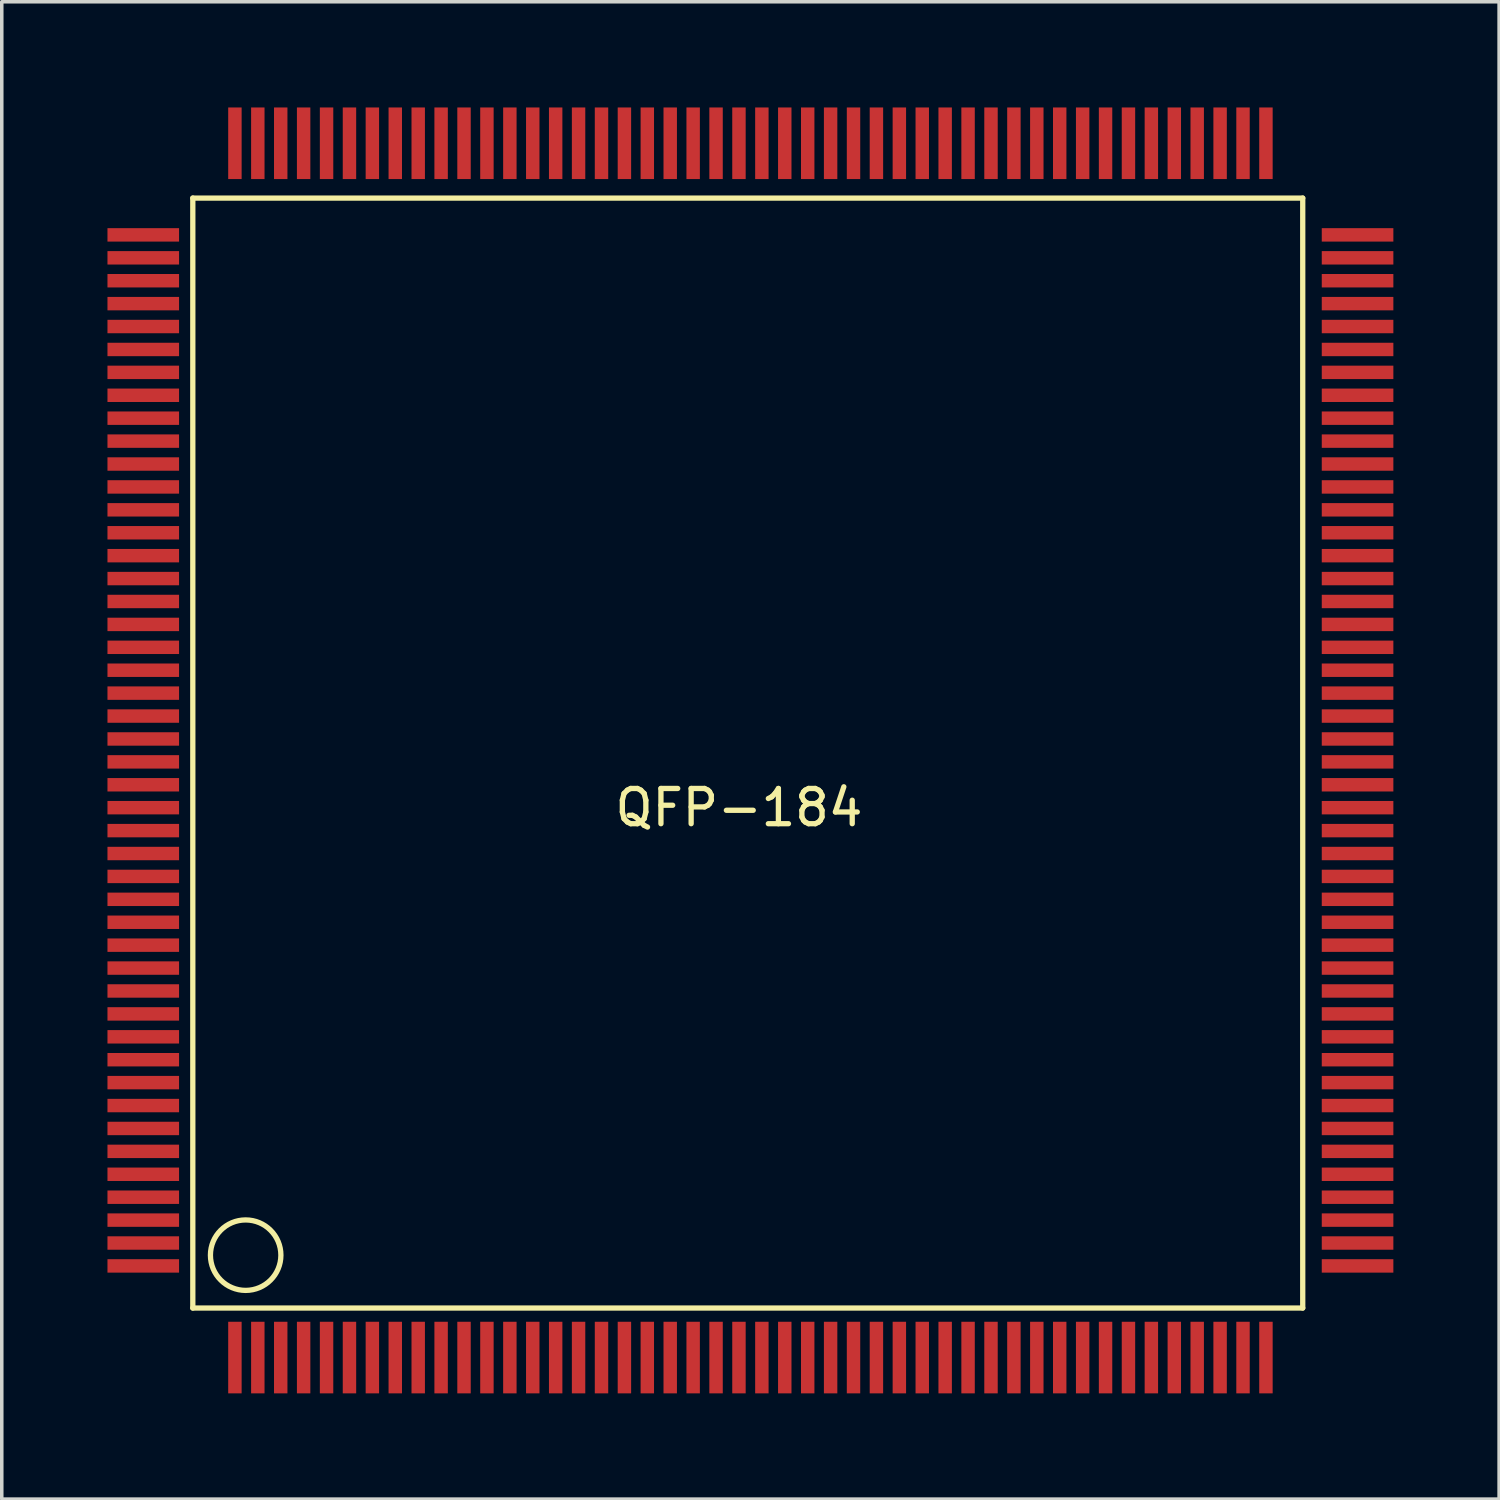
<source format=kicad_pcb>
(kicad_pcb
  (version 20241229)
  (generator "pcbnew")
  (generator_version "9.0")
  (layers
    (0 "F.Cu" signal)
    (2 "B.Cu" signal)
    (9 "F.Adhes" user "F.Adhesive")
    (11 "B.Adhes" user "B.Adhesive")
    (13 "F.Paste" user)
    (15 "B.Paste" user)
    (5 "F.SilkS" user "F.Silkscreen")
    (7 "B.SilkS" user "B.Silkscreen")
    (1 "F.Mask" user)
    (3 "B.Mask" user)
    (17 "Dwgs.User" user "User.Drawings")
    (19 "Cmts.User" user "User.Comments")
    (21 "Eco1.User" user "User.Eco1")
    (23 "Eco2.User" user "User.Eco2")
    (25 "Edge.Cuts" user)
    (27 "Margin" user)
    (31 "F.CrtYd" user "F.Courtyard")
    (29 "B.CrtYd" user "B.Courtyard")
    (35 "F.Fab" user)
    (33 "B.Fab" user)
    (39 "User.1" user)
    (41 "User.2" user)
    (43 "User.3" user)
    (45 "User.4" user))
  (footprint "QFP-184"
    (layer "F.Cu")
    (at 17.922 18.572)
    (property "Reference" "QFP-184" (at 0 1.3 0) (layer "F.SilkS") (effects (font (size 1 1) (thickness 0.15))))
    (attr through_hole)
    (fp_line (start -15.5 -16) (end -15.5 15.5) (stroke (width 0.15) (type solid)) (layer "F.SilkS"))
    (fp_line (start -15.5 15.5) (end 16 15.5) (stroke (width 0.15) (type solid)) (layer "F.SilkS"))
    (fp_line (start 16 -16) (end -15.5 -16) (stroke (width 0.15) (type solid)) (layer "F.SilkS"))
    (fp_line (start 16 15.5) (end 16 -16) (stroke (width 0.15) (type solid)) (layer "F.SilkS"))
    (fp_circle (center -14 14) (end -14 13) (stroke (width 0.15) (type solid)) (fill no) (layer "F.SilkS"))
    (pad "1" smd rect (at -14.305 16.906) (size 0.381 2.032) (layers "F.Cu" "F.Mask" "F.Paste"))
    (pad "2" smd rect (at -13.655 16.906) (size 0.381 2.032) (layers "F.Cu" "F.Mask" "F.Paste"))
    (pad "3" smd rect (at -13.005 16.906) (size 0.381 2.032) (layers "F.Cu" "F.Mask" "F.Paste"))
    (pad "4" smd rect (at -12.355 16.906) (size 0.381 2.032) (layers "F.Cu" "F.Mask" "F.Paste"))
    (pad "5" smd rect (at -11.704 16.906) (size 0.381 2.032) (layers "F.Cu" "F.Mask" "F.Paste"))
    (pad "6" smd rect (at -11.054 16.906) (size 0.381 2.032) (layers "F.Cu" "F.Mask" "F.Paste"))
    (pad "7" smd rect (at -10.404 16.906) (size 0.381 2.032) (layers "F.Cu" "F.Mask" "F.Paste"))
    (pad "8" smd rect (at -9.754 16.906) (size 0.381 2.032) (layers "F.Cu" "F.Mask" "F.Paste"))
    (pad "9" smd rect (at -9.103 16.906) (size 0.381 2.032) (layers "F.Cu" "F.Mask" "F.Paste"))
    (pad "10" smd rect (at -8.453 16.906) (size 0.381 2.032) (layers "F.Cu" "F.Mask" "F.Paste"))
    (pad "11" smd rect (at -7.803 16.906) (size 0.381 2.032) (layers "F.Cu" "F.Mask" "F.Paste"))
    (pad "12" smd rect (at -7.153 16.906) (size 0.381 2.032) (layers "F.Cu" "F.Mask" "F.Paste"))
    (pad "13" smd rect (at -6.502 16.906) (size 0.381 2.032) (layers "F.Cu" "F.Mask" "F.Paste"))
    (pad "14" smd rect (at -5.852 16.906) (size 0.381 2.032) (layers "F.Cu" "F.Mask" "F.Paste"))
    (pad "15" smd rect (at -5.202 16.906) (size 0.381 2.032) (layers "F.Cu" "F.Mask" "F.Paste"))
    (pad "16" smd rect (at -4.552 16.906) (size 0.381 2.032) (layers "F.Cu" "F.Mask" "F.Paste"))
    (pad "17" smd rect (at -3.901 16.906) (size 0.381 2.032) (layers "F.Cu" "F.Mask" "F.Paste"))
    (pad "18" smd rect (at -3.251 16.906) (size 0.381 2.032) (layers "F.Cu" "F.Mask" "F.Paste"))
    (pad "19" smd rect (at -2.601 16.906) (size 0.381 2.032) (layers "F.Cu" "F.Mask" "F.Paste"))
    (pad "20" smd rect (at -1.951 16.906) (size 0.381 2.032) (layers "F.Cu" "F.Mask" "F.Paste"))
    (pad "21" smd rect (at -1.3 16.906) (size 0.381 2.032) (layers "F.Cu" "F.Mask" "F.Paste"))
    (pad "22" smd rect (at -0.65 16.906) (size 0.381 2.032) (layers "F.Cu" "F.Mask" "F.Paste"))
    (pad "23" smd rect (at 0 16.906) (size 0.381 2.032) (layers "F.Cu" "F.Mask" "F.Paste"))
    (pad "24" smd rect (at 0.65 16.906) (size 0.381 2.032) (layers "F.Cu" "F.Mask" "F.Paste"))
    (pad "25" smd rect (at 1.3 16.906) (size 0.381 2.032) (layers "F.Cu" "F.Mask" "F.Paste"))
    (pad "26" smd rect (at 1.951 16.906) (size 0.381 2.032) (layers "F.Cu" "F.Mask" "F.Paste"))
    (pad "27" smd rect (at 2.601 16.906) (size 0.381 2.032) (layers "F.Cu" "F.Mask" "F.Paste"))
    (pad "28" smd rect (at 3.251 16.906) (size 0.381 2.032) (layers "F.Cu" "F.Mask" "F.Paste"))
    (pad "29" smd rect (at 3.901 16.906) (size 0.381 2.032) (layers "F.Cu" "F.Mask" "F.Paste"))
    (pad "30" smd rect (at 4.552 16.906) (size 0.381 2.032) (layers "F.Cu" "F.Mask" "F.Paste"))
    (pad "31" smd rect (at 5.202 16.906) (size 0.381 2.032) (layers "F.Cu" "F.Mask" "F.Paste"))
    (pad "32" smd rect (at 5.852 16.906) (size 0.381 2.032) (layers "F.Cu" "F.Mask" "F.Paste"))
    (pad "33" smd rect (at 6.502 16.906) (size 0.381 2.032) (layers "F.Cu" "F.Mask" "F.Paste"))
    (pad "34" smd rect (at 7.153 16.906) (size 0.381 2.032) (layers "F.Cu" "F.Mask" "F.Paste"))
    (pad "35" smd rect (at 7.803 16.906) (size 0.381 2.032) (layers "F.Cu" "F.Mask" "F.Paste"))
    (pad "36" smd rect (at 8.453 16.906) (size 0.381 2.032) (layers "F.Cu" "F.Mask" "F.Paste"))
    (pad "37" smd rect (at 9.103 16.906) (size 0.381 2.032) (layers "F.Cu" "F.Mask" "F.Paste"))
    (pad "38" smd rect (at 9.754 16.906) (size 0.381 2.032) (layers "F.Cu" "F.Mask" "F.Paste"))
    (pad "39" smd rect (at 10.404 16.906) (size 0.381 2.032) (layers "F.Cu" "F.Mask" "F.Paste"))
    (pad "40" smd rect (at 11.054 16.906) (size 0.381 2.032) (layers "F.Cu" "F.Mask" "F.Paste"))
    (pad "41" smd rect (at 11.704 16.906) (size 0.381 2.032) (layers "F.Cu" "F.Mask" "F.Paste"))
    (pad "42" smd rect (at 12.355 16.906) (size 0.381 2.032) (layers "F.Cu" "F.Mask" "F.Paste"))
    (pad "43" smd rect (at 13.005 16.906) (size 0.381 2.032) (layers "F.Cu" "F.Mask" "F.Paste"))
    (pad "44" smd rect (at 13.655 16.906) (size 0.381 2.032) (layers "F.Cu" "F.Mask" "F.Paste"))
    (pad "45" smd rect (at 14.305 16.906) (size 0.381 2.032) (layers "F.Cu" "F.Mask" "F.Paste"))
    (pad "46" smd rect (at 14.956 16.906) (size 0.381 2.032) (layers "F.Cu" "F.Mask" "F.Paste"))
    (pad "47" smd rect (at 17.556 14.305 90) (size 0.381 2.032) (layers "F.Cu" "F.Mask" "F.Paste"))
    (pad "48" smd rect (at 17.556 13.655 90) (size 0.381 2.032) (layers "F.Cu" "F.Mask" "F.Paste"))
    (pad "49" smd rect (at 17.556 13.005 90) (size 0.381 2.032) (layers "F.Cu" "F.Mask" "F.Paste"))
    (pad "50" smd rect (at 17.556 12.355 90) (size 0.381 2.032) (layers "F.Cu" "F.Mask" "F.Paste"))
    (pad "51" smd rect (at 17.556 11.704 90) (size 0.381 2.032) (layers "F.Cu" "F.Mask" "F.Paste"))
    (pad "52" smd rect (at 17.556 11.054 90) (size 0.381 2.032) (layers "F.Cu" "F.Mask" "F.Paste"))
    (pad "53" smd rect (at 17.556 10.404 90) (size 0.381 2.032) (layers "F.Cu" "F.Mask" "F.Paste"))
    (pad "54" smd rect (at 17.556 9.754 90) (size 0.381 2.032) (layers "F.Cu" "F.Mask" "F.Paste"))
    (pad "55" smd rect (at 17.556 9.103 90) (size 0.381 2.032) (layers "F.Cu" "F.Mask" "F.Paste"))
    (pad "56" smd rect (at 17.556 8.453 90) (size 0.381 2.032) (layers "F.Cu" "F.Mask" "F.Paste"))
    (pad "57" smd rect (at 17.556 7.803 90) (size 0.381 2.032) (layers "F.Cu" "F.Mask" "F.Paste"))
    (pad "58" smd rect (at 17.556 7.153 90) (size 0.381 2.032) (layers "F.Cu" "F.Mask" "F.Paste"))
    (pad "59" smd rect (at 17.556 6.502 90) (size 0.381 2.032) (layers "F.Cu" "F.Mask" "F.Paste"))
    (pad "60" smd rect (at 17.556 5.852 90) (size 0.381 2.032) (layers "F.Cu" "F.Mask" "F.Paste"))
    (pad "61" smd rect (at 17.556 5.202 90) (size 0.381 2.032) (layers "F.Cu" "F.Mask" "F.Paste"))
    (pad "62" smd rect (at 17.556 4.552 90) (size 0.381 2.032) (layers "F.Cu" "F.Mask" "F.Paste"))
    (pad "63" smd rect (at 17.556 3.901 90) (size 0.381 2.032) (layers "F.Cu" "F.Mask" "F.Paste"))
    (pad "64" smd rect (at 17.556 3.251 90) (size 0.381 2.032) (layers "F.Cu" "F.Mask" "F.Paste"))
    (pad "65" smd rect (at 17.556 2.601 90) (size 0.381 2.032) (layers "F.Cu" "F.Mask" "F.Paste"))
    (pad "66" smd rect (at 17.556 1.951 90) (size 0.381 2.032) (layers "F.Cu" "F.Mask" "F.Paste"))
    (pad "67" smd rect (at 17.556 1.3 90) (size 0.381 2.032) (layers "F.Cu" "F.Mask" "F.Paste"))
    (pad "68" smd rect (at 17.556 0.65 90) (size 0.381 2.032) (layers "F.Cu" "F.Mask" "F.Paste"))
    (pad "69" smd rect (at 17.556 0 90) (size 0.381 2.032) (layers "F.Cu" "F.Mask" "F.Paste"))
    (pad "70" smd rect (at 17.556 -0.65 90) (size 0.381 2.032) (layers "F.Cu" "F.Mask" "F.Paste"))
    (pad "71" smd rect (at 17.556 -1.3 90) (size 0.381 2.032) (layers "F.Cu" "F.Mask" "F.Paste"))
    (pad "72" smd rect (at 17.556 -1.951 90) (size 0.381 2.032) (layers "F.Cu" "F.Mask" "F.Paste"))
    (pad "73" smd rect (at 17.556 -2.601 90) (size 0.381 2.032) (layers "F.Cu" "F.Mask" "F.Paste"))
    (pad "74" smd rect (at 17.556 -3.251 90) (size 0.381 2.032) (layers "F.Cu" "F.Mask" "F.Paste"))
    (pad "75" smd rect (at 17.556 -3.901 90) (size 0.381 2.032) (layers "F.Cu" "F.Mask" "F.Paste"))
    (pad "76" smd rect (at 17.556 -4.552 90) (size 0.381 2.032) (layers "F.Cu" "F.Mask" "F.Paste"))
    (pad "77" smd rect (at 17.556 -5.202 90) (size 0.381 2.032) (layers "F.Cu" "F.Mask" "F.Paste"))
    (pad "78" smd rect (at 17.556 -5.852 90) (size 0.381 2.032) (layers "F.Cu" "F.Mask" "F.Paste"))
    (pad "79" smd rect (at 17.556 -6.502 90) (size 0.381 2.032) (layers "F.Cu" "F.Mask" "F.Paste"))
    (pad "80" smd rect (at 17.556 -7.153 90) (size 0.381 2.032) (layers "F.Cu" "F.Mask" "F.Paste"))
    (pad "81" smd rect (at 17.556 -7.803 90) (size 0.381 2.032) (layers "F.Cu" "F.Mask" "F.Paste"))
    (pad "82" smd rect (at 17.556 -8.453 90) (size 0.381 2.032) (layers "F.Cu" "F.Mask" "F.Paste"))
    (pad "83" smd rect (at 17.556 -9.103 90) (size 0.381 2.032) (layers "F.Cu" "F.Mask" "F.Paste"))
    (pad "84" smd rect (at 17.556 -9.754 90) (size 0.381 2.032) (layers "F.Cu" "F.Mask" "F.Paste"))
    (pad "85" smd rect (at 17.556 -10.404 90) (size 0.381 2.032) (layers "F.Cu" "F.Mask" "F.Paste"))
    (pad "86" smd rect (at 17.556 -11.054 90) (size 0.381 2.032) (layers "F.Cu" "F.Mask" "F.Paste"))
    (pad "87" smd rect (at 17.556 -11.704 90) (size 0.381 2.032) (layers "F.Cu" "F.Mask" "F.Paste"))
    (pad "88" smd rect (at 17.556 -12.355 90) (size 0.381 2.032) (layers "F.Cu" "F.Mask" "F.Paste"))
    (pad "89" smd rect (at 17.556 -13.005 90) (size 0.381 2.032) (layers "F.Cu" "F.Mask" "F.Paste"))
    (pad "90" smd rect (at 17.556 -13.655 90) (size 0.381 2.032) (layers "F.Cu" "F.Mask" "F.Paste"))
    (pad "91" smd rect (at 17.556 -14.305 90) (size 0.381 2.032) (layers "F.Cu" "F.Mask" "F.Paste"))
    (pad "92" smd rect (at 17.556 -14.956 90) (size 0.381 2.032) (layers "F.Cu" "F.Mask" "F.Paste"))
    (pad "93" smd rect (at 14.956 -17.556) (size 0.381 2.032) (layers "F.Cu" "F.Mask" "F.Paste"))
    (pad "94" smd rect (at 14.305 -17.556) (size 0.381 2.032) (layers "F.Cu" "F.Mask" "F.Paste"))
    (pad "95" smd rect (at 13.655 -17.556) (size 0.381 2.032) (layers "F.Cu" "F.Mask" "F.Paste"))
    (pad "96" smd rect (at 13.005 -17.556) (size 0.381 2.032) (layers "F.Cu" "F.Mask" "F.Paste"))
    (pad "97" smd rect (at 12.355 -17.556) (size 0.381 2.032) (layers "F.Cu" "F.Mask" "F.Paste"))
    (pad "98" smd rect (at 11.704 -17.556) (size 0.381 2.032) (layers "F.Cu" "F.Mask" "F.Paste"))
    (pad "99" smd rect (at 11.054 -17.556) (size 0.381 2.032) (layers "F.Cu" "F.Mask" "F.Paste"))
    (pad "100" smd rect (at 10.404 -17.556) (size 0.381 2.032) (layers "F.Cu" "F.Mask" "F.Paste"))
    (pad "101" smd rect (at 9.754 -17.556) (size 0.381 2.032) (layers "F.Cu" "F.Mask" "F.Paste"))
    (pad "102" smd rect (at 9.103 -17.556) (size 0.381 2.032) (layers "F.Cu" "F.Mask" "F.Paste"))
    (pad "103" smd rect (at 8.453 -17.556) (size 0.381 2.032) (layers "F.Cu" "F.Mask" "F.Paste"))
    (pad "104" smd rect (at 7.803 -17.556) (size 0.381 2.032) (layers "F.Cu" "F.Mask" "F.Paste"))
    (pad "105" smd rect (at 7.153 -17.556) (size 0.381 2.032) (layers "F.Cu" "F.Mask" "F.Paste"))
    (pad "106" smd rect (at 6.502 -17.556) (size 0.381 2.032) (layers "F.Cu" "F.Mask" "F.Paste"))
    (pad "107" smd rect (at 5.852 -17.556) (size 0.381 2.032) (layers "F.Cu" "F.Mask" "F.Paste"))
    (pad "108" smd rect (at 5.202 -17.556) (size 0.381 2.032) (layers "F.Cu" "F.Mask" "F.Paste"))
    (pad "109" smd rect (at 4.552 -17.556) (size 0.381 2.032) (layers "F.Cu" "F.Mask" "F.Paste"))
    (pad "110" smd rect (at 3.901 -17.556) (size 0.381 2.032) (layers "F.Cu" "F.Mask" "F.Paste"))
    (pad "111" smd rect (at 3.251 -17.556) (size 0.381 2.032) (layers "F.Cu" "F.Mask" "F.Paste"))
    (pad "112" smd rect (at 2.601 -17.556) (size 0.381 2.032) (layers "F.Cu" "F.Mask" "F.Paste"))
    (pad "113" smd rect (at 1.951 -17.556) (size 0.381 2.032) (layers "F.Cu" "F.Mask" "F.Paste"))
    (pad "114" smd rect (at 1.3 -17.556) (size 0.381 2.032) (layers "F.Cu" "F.Mask" "F.Paste"))
    (pad "115" smd rect (at 0.65 -17.556) (size 0.381 2.032) (layers "F.Cu" "F.Mask" "F.Paste"))
    (pad "116" smd rect (at 0 -17.556) (size 0.381 2.032) (layers "F.Cu" "F.Mask" "F.Paste"))
    (pad "117" smd rect (at -0.65 -17.556) (size 0.381 2.032) (layers "F.Cu" "F.Mask" "F.Paste"))
    (pad "118" smd rect (at -1.3 -17.556) (size 0.381 2.032) (layers "F.Cu" "F.Mask" "F.Paste"))
    (pad "119" smd rect (at -1.951 -17.556) (size 0.381 2.032) (layers "F.Cu" "F.Mask" "F.Paste"))
    (pad "120" smd rect (at -2.601 -17.556) (size 0.381 2.032) (layers "F.Cu" "F.Mask" "F.Paste"))
    (pad "121" smd rect (at -3.251 -17.556) (size 0.381 2.032) (layers "F.Cu" "F.Mask" "F.Paste"))
    (pad "122" smd rect (at -3.901 -17.556) (size 0.381 2.032) (layers "F.Cu" "F.Mask" "F.Paste"))
    (pad "123" smd rect (at -4.552 -17.556) (size 0.381 2.032) (layers "F.Cu" "F.Mask" "F.Paste"))
    (pad "124" smd rect (at -5.202 -17.556) (size 0.381 2.032) (layers "F.Cu" "F.Mask" "F.Paste"))
    (pad "125" smd rect (at -5.852 -17.556) (size 0.381 2.032) (layers "F.Cu" "F.Mask" "F.Paste"))
    (pad "126" smd rect (at -6.502 -17.556) (size 0.381 2.032) (layers "F.Cu" "F.Mask" "F.Paste"))
    (pad "127" smd rect (at -7.153 -17.556) (size 0.381 2.032) (layers "F.Cu" "F.Mask" "F.Paste"))
    (pad "128" smd rect (at -7.803 -17.556) (size 0.381 2.032) (layers "F.Cu" "F.Mask" "F.Paste"))
    (pad "129" smd rect (at -8.453 -17.556) (size 0.381 2.032) (layers "F.Cu" "F.Mask" "F.Paste"))
    (pad "130" smd rect (at -9.103 -17.556) (size 0.381 2.032) (layers "F.Cu" "F.Mask" "F.Paste"))
    (pad "131" smd rect (at -9.754 -17.556) (size 0.381 2.032) (layers "F.Cu" "F.Mask" "F.Paste"))
    (pad "132" smd rect (at -10.404 -17.556) (size 0.381 2.032) (layers "F.Cu" "F.Mask" "F.Paste"))
    (pad "133" smd rect (at -11.054 -17.556) (size 0.381 2.032) (layers "F.Cu" "F.Mask" "F.Paste"))
    (pad "134" smd rect (at -11.704 -17.556) (size 0.381 2.032) (layers "F.Cu" "F.Mask" "F.Paste"))
    (pad "135" smd rect (at -12.355 -17.556) (size 0.381 2.032) (layers "F.Cu" "F.Mask" "F.Paste"))
    (pad "136" smd rect (at -13.005 -17.556) (size 0.381 2.032) (layers "F.Cu" "F.Mask" "F.Paste"))
    (pad "137" smd rect (at -13.655 -17.556) (size 0.381 2.032) (layers "F.Cu" "F.Mask" "F.Paste"))
    (pad "138" smd rect (at -14.305 -17.556) (size 0.381 2.032) (layers "F.Cu" "F.Mask" "F.Paste"))
    (pad "139" smd rect (at -16.906 -14.956 90) (size 0.381 2.032) (layers "F.Cu" "F.Mask" "F.Paste"))
    (pad "140" smd rect (at -16.906 -14.305 90) (size 0.381 2.032) (layers "F.Cu" "F.Mask" "F.Paste"))
    (pad "141" smd rect (at -16.906 -13.655 90) (size 0.381 2.032) (layers "F.Cu" "F.Mask" "F.Paste"))
    (pad "142" smd rect (at -16.906 -13.005 90) (size 0.381 2.032) (layers "F.Cu" "F.Mask" "F.Paste"))
    (pad "143" smd rect (at -16.906 -12.355 90) (size 0.381 2.032) (layers "F.Cu" "F.Mask" "F.Paste"))
    (pad "144" smd rect (at -16.906 -11.704 90) (size 0.381 2.032) (layers "F.Cu" "F.Mask" "F.Paste"))
    (pad "145" smd rect (at -16.906 -11.054 90) (size 0.381 2.032) (layers "F.Cu" "F.Mask" "F.Paste"))
    (pad "146" smd rect (at -16.906 -10.404 90) (size 0.381 2.032) (layers "F.Cu" "F.Mask" "F.Paste"))
    (pad "147" smd rect (at -16.906 -9.754 90) (size 0.381 2.032) (layers "F.Cu" "F.Mask" "F.Paste"))
    (pad "148" smd rect (at -16.906 -9.103 90) (size 0.381 2.032) (layers "F.Cu" "F.Mask" "F.Paste"))
    (pad "149" smd rect (at -16.906 -8.453 90) (size 0.381 2.032) (layers "F.Cu" "F.Mask" "F.Paste"))
    (pad "150" smd rect (at -16.906 -7.803 90) (size 0.381 2.032) (layers "F.Cu" "F.Mask" "F.Paste"))
    (pad "151" smd rect (at -16.906 -7.153 90) (size 0.381 2.032) (layers "F.Cu" "F.Mask" "F.Paste"))
    (pad "152" smd rect (at -16.906 -6.502 90) (size 0.381 2.032) (layers "F.Cu" "F.Mask" "F.Paste"))
    (pad "153" smd rect (at -16.906 -5.852 90) (size 0.381 2.032) (layers "F.Cu" "F.Mask" "F.Paste"))
    (pad "154" smd rect (at -16.906 -5.202 90) (size 0.381 2.032) (layers "F.Cu" "F.Mask" "F.Paste"))
    (pad "155" smd rect (at -16.906 -4.552 90) (size 0.381 2.032) (layers "F.Cu" "F.Mask" "F.Paste"))
    (pad "156" smd rect (at -16.906 -3.901 90) (size 0.381 2.032) (layers "F.Cu" "F.Mask" "F.Paste"))
    (pad "157" smd rect (at -16.906 -3.251 90) (size 0.381 2.032) (layers "F.Cu" "F.Mask" "F.Paste"))
    (pad "158" smd rect (at -16.906 -2.601 90) (size 0.381 2.032) (layers "F.Cu" "F.Mask" "F.Paste"))
    (pad "159" smd rect (at -16.906 -1.951 90) (size 0.381 2.032) (layers "F.Cu" "F.Mask" "F.Paste"))
    (pad "160" smd rect (at -16.906 -1.3 90) (size 0.381 2.032) (layers "F.Cu" "F.Mask" "F.Paste"))
    (pad "161" smd rect (at -16.906 -0.65 90) (size 0.381 2.032) (layers "F.Cu" "F.Mask" "F.Paste"))
    (pad "162" smd rect (at -16.906 0 90) (size 0.381 2.032) (layers "F.Cu" "F.Mask" "F.Paste"))
    (pad "163" smd rect (at -16.906 0.65 90) (size 0.381 2.032) (layers "F.Cu" "F.Mask" "F.Paste"))
    (pad "164" smd rect (at -16.906 1.3 90) (size 0.381 2.032) (layers "F.Cu" "F.Mask" "F.Paste"))
    (pad "165" smd rect (at -16.906 1.951 90) (size 0.381 2.032) (layers "F.Cu" "F.Mask" "F.Paste"))
    (pad "166" smd rect (at -16.906 2.601 90) (size 0.381 2.032) (layers "F.Cu" "F.Mask" "F.Paste"))
    (pad "167" smd rect (at -16.906 3.251 90) (size 0.381 2.032) (layers "F.Cu" "F.Mask" "F.Paste"))
    (pad "168" smd rect (at -16.906 3.901 90) (size 0.381 2.032) (layers "F.Cu" "F.Mask" "F.Paste"))
    (pad "169" smd rect (at -16.906 4.552 90) (size 0.381 2.032) (layers "F.Cu" "F.Mask" "F.Paste"))
    (pad "170" smd rect (at -16.906 5.202 90) (size 0.381 2.032) (layers "F.Cu" "F.Mask" "F.Paste"))
    (pad "171" smd rect (at -16.906 5.852 90) (size 0.381 2.032) (layers "F.Cu" "F.Mask" "F.Paste"))
    (pad "172" smd rect (at -16.906 6.502 90) (size 0.381 2.032) (layers "F.Cu" "F.Mask" "F.Paste"))
    (pad "173" smd rect (at -16.906 7.153 90) (size 0.381 2.032) (layers "F.Cu" "F.Mask" "F.Paste"))
    (pad "174" smd rect (at -16.906 7.803 90) (size 0.381 2.032) (layers "F.Cu" "F.Mask" "F.Paste"))
    (pad "175" smd rect (at -16.906 8.453 90) (size 0.381 2.032) (layers "F.Cu" "F.Mask" "F.Paste"))
    (pad "176" smd rect (at -16.906 9.103 90) (size 0.381 2.032) (layers "F.Cu" "F.Mask" "F.Paste"))
    (pad "177" smd rect (at -16.906 9.754 90) (size 0.381 2.032) (layers "F.Cu" "F.Mask" "F.Paste"))
    (pad "178" smd rect (at -16.906 10.404 90) (size 0.381 2.032) (layers "F.Cu" "F.Mask" "F.Paste"))
    (pad "179" smd rect (at -16.906 11.054 90) (size 0.381 2.032) (layers "F.Cu" "F.Mask" "F.Paste"))
    (pad "180" smd rect (at -16.906 11.704 90) (size 0.381 2.032) (layers "F.Cu" "F.Mask" "F.Paste"))
    (pad "181" smd rect (at -16.906 12.355 90) (size 0.381 2.032) (layers "F.Cu" "F.Mask" "F.Paste"))
    (pad "182" smd rect (at -16.906 13.005 90) (size 0.381 2.032) (layers "F.Cu" "F.Mask" "F.Paste"))
    (pad "183" smd rect (at -16.906 13.655 90) (size 0.381 2.032) (layers "F.Cu" "F.Mask" "F.Paste"))
    (pad "184" smd rect (at -16.906 14.305 90) (size 0.381 2.032) (layers "F.Cu" "F.Mask" "F.Paste")))
  (gr_rect
    (start -3 -3)
    (end 39.495 39.495)
    (stroke (width 0.1) (type default))
    (fill no)
    (layer "Edge.Cuts")))
</source>
